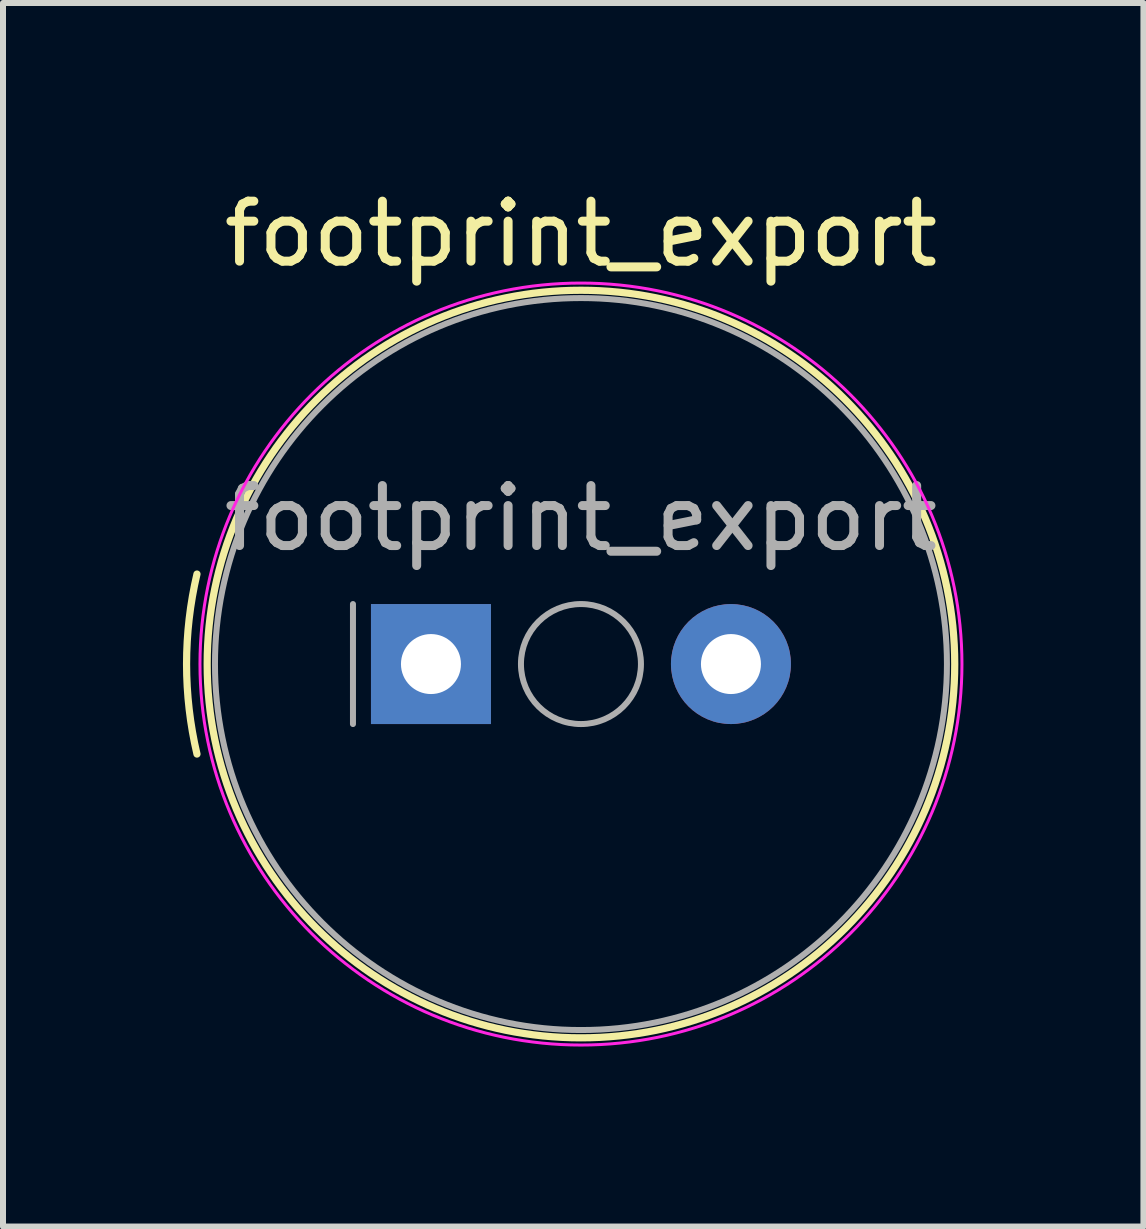
<source format=kicad_pcb>
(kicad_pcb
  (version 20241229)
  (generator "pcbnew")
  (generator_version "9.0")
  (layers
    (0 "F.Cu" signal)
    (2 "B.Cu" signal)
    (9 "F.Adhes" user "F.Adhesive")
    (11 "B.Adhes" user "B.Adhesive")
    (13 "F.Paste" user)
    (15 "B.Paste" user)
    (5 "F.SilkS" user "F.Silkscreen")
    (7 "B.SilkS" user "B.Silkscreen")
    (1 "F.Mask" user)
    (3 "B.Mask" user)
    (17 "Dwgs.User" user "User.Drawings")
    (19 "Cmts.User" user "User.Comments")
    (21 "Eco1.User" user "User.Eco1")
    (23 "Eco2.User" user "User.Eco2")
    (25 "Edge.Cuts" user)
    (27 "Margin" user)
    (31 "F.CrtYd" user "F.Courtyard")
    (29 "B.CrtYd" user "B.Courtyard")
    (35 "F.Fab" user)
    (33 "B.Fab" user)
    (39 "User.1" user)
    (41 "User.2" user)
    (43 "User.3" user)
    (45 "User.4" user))
  (footprint "footprint_export"
    (layer "F.Cu")
    (at 4.133 8.018)
    (property "Reference" "footprint_export" (at 2.5 -7.17 0) (layer "F.SilkS") (effects (font (size 1 1) (thickness 0.15))))
    (attr through_hole)
    (fp_arc (start -3.9 1.499999) (mid -4.073431 0) (end -3.9 -1.5) (stroke (width 0.12) (type solid)) (layer "F.SilkS"))
    (fp_circle (center 2.5 0) (end 8.73 0) (stroke (width 0.12) (type solid)) (fill no) (layer "F.SilkS"))
    (fp_circle (center 2.5 0) (end 8.85 0) (stroke (width 0.05) (type solid)) (fill no) (layer "F.CrtYd"))
    (fp_line (start -1.3 -1) (end -1.3 1) (stroke (width 0.1) (type solid)) (layer "F.Fab"))
    (fp_circle (center 2.5 0) (end 3.5 0) (stroke (width 0.1) (type solid)) (fill no) (layer "F.Fab"))
    (fp_circle (center 2.5 0) (end 8.6 0) (stroke (width 0.1) (type solid)) (fill no) (layer "F.Fab"))
    (fp_text user "${REFERENCE}" (at 2.5 -2.43 0) (layer "F.Fab") (effects (font (size 1 1) (thickness 0.15))))
    (pad "1" thru_hole rect (at 0 0) (size 2 2) (drill 1) (layers "*.Cu" "*.Mask"))
    (pad "2" thru_hole circle (at 5 0) (size 2 2) (drill 1) (layers "*.Cu" "*.Mask")))
  (gr_rect
    (start -3 -3)
    (end 16.008 17.393)
    (stroke (width 0.1) (type default))
    (fill no)
    (layer "Edge.Cuts")))
</source>
